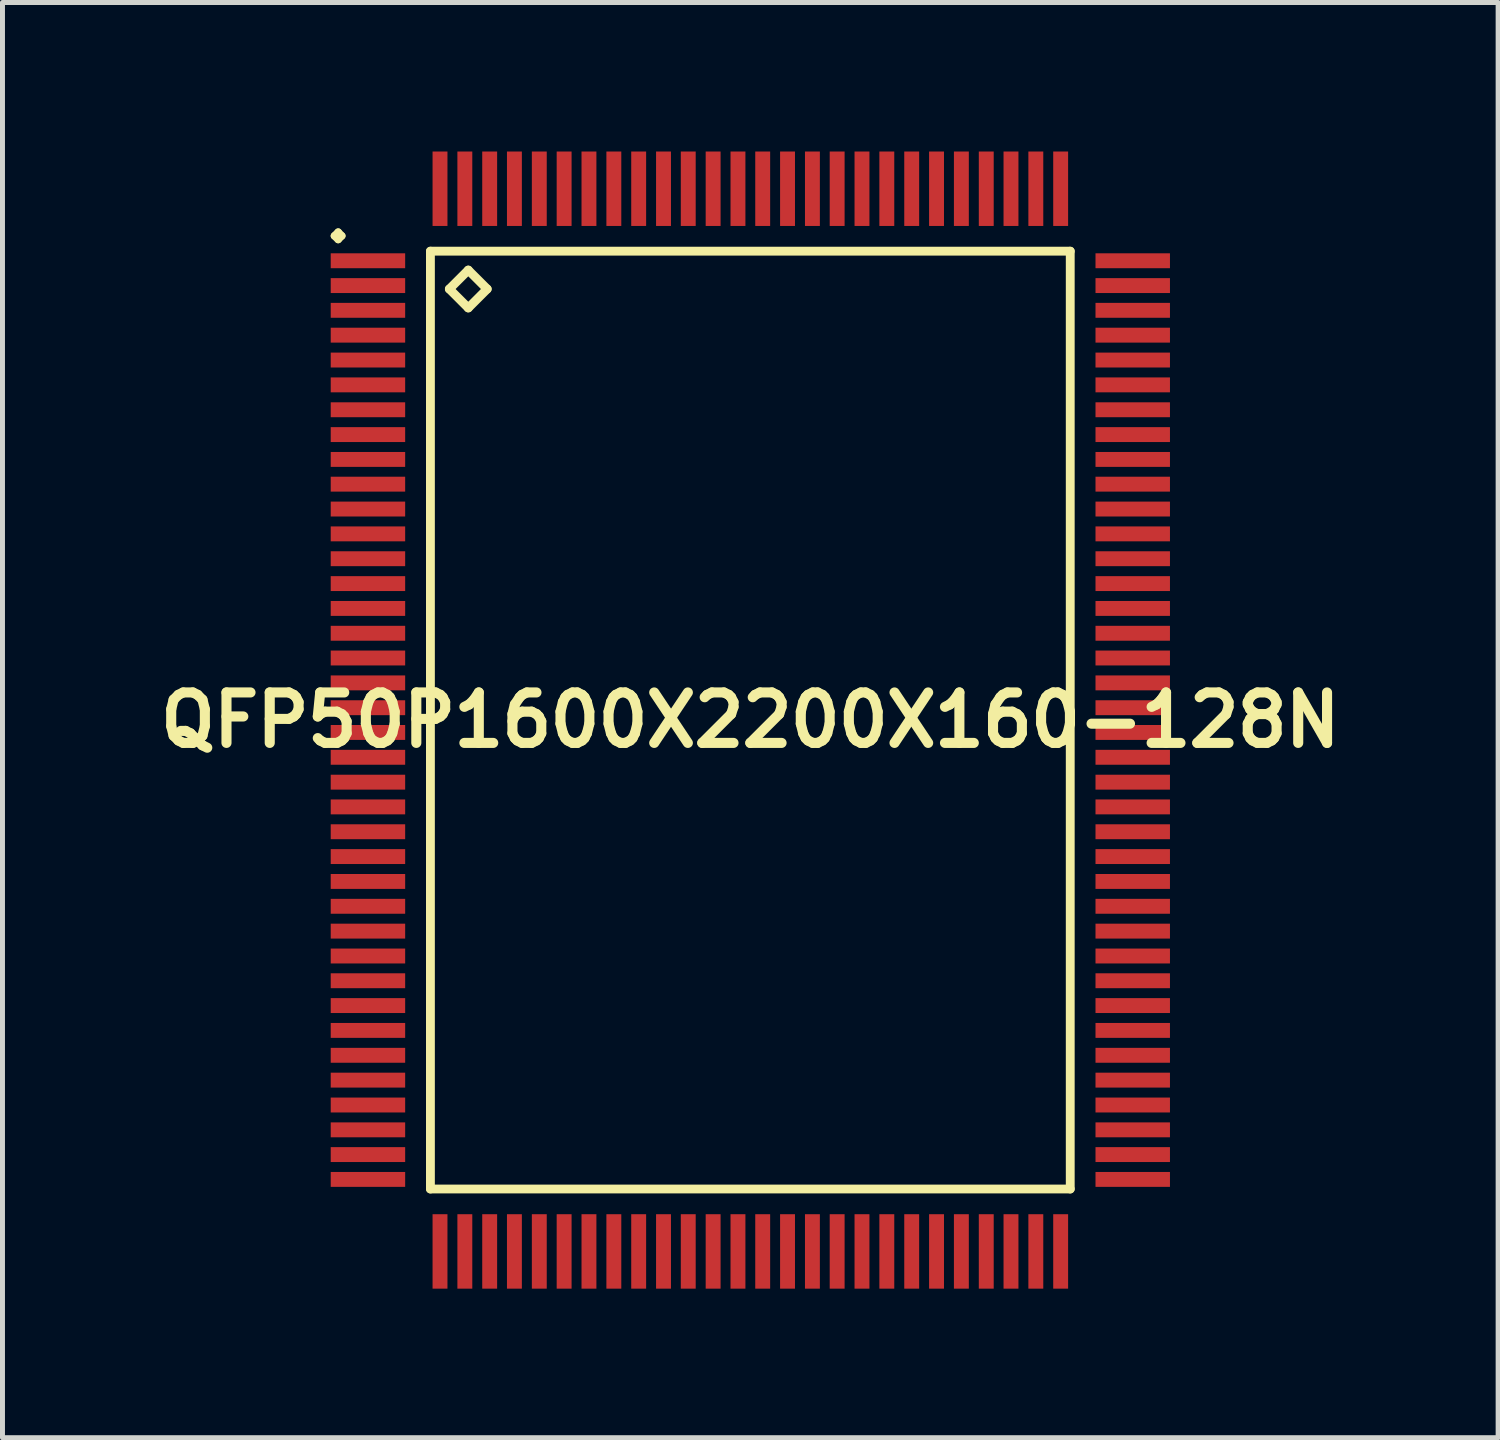
<source format=kicad_pcb>
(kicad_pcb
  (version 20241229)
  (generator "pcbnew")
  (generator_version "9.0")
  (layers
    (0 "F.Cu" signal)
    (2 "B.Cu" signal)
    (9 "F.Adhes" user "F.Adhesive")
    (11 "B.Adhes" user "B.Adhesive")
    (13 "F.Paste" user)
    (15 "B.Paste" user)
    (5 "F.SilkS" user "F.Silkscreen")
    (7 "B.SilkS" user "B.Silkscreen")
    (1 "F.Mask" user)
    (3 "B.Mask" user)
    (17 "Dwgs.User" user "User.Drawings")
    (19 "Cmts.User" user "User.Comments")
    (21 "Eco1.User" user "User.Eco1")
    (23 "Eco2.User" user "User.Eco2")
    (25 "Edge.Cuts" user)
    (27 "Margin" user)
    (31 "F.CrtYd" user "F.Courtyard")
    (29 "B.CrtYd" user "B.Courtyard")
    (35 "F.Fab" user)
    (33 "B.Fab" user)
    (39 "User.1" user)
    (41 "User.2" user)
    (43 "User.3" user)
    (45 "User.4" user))
  (footprint "QFP50P1600X2200X160-128N"
    (layer "F.Cu")
    (at 12.057 11.448)
    (property "Reference" "QFP50P1600X2200X160-128N" (at 0 0 0) (layer "F.SilkS") (effects (font (size 1.016 1.016) (thickness 0.203))))
    (attr smd)
    (fp_line (start -8.374 -9.749) (end -8.298 -9.825) (stroke (width 0.15) (type solid)) (layer "F.SilkS"))
    (fp_line (start -8.298 -9.825) (end -8.225 -9.749) (stroke (width 0.15) (type solid)) (layer "F.SilkS"))
    (fp_line (start -8.298 -9.675) (end -8.374 -9.749) (stroke (width 0.15) (type solid)) (layer "F.SilkS"))
    (fp_line (start -8.225 -9.749) (end -8.298 -9.675) (stroke (width 0.15) (type solid)) (layer "F.SilkS"))
    (fp_line (start -6.441 -9.441) (end -6.441 9.441) (stroke (width 0.178) (type solid)) (layer "F.SilkS"))
    (fp_line (start -6.441 9.441) (end 6.441 9.441) (stroke (width 0.178) (type solid)) (layer "F.SilkS"))
    (fp_line (start -6.06 -8.679) (end -5.679 -9.06) (stroke (width 0.178) (type solid)) (layer "F.SilkS"))
    (fp_line (start -5.679 -9.06) (end -5.298 -8.679) (stroke (width 0.178) (type solid)) (layer "F.SilkS"))
    (fp_line (start -5.679 -8.298) (end -6.06 -8.679) (stroke (width 0.178) (type solid)) (layer "F.SilkS"))
    (fp_line (start -5.298 -8.679) (end -5.679 -8.298) (stroke (width 0.178) (type solid)) (layer "F.SilkS"))
    (fp_line (start 6.441 -9.441) (end -6.441 -9.441) (stroke (width 0.178) (type solid)) (layer "F.SilkS"))
    (fp_line (start 6.441 9.441) (end 6.441 -9.441) (stroke (width 0.178) (type solid)) (layer "F.SilkS"))
    (pad "1" smd rect (at -7.699 -9.248) (size 1.499 0.3) (layers "F.Cu" "F.Mask" "F.Paste"))
    (pad "2" smd rect (at -7.699 -8.748) (size 1.499 0.3) (layers "F.Cu" "F.Mask" "F.Paste"))
    (pad "3" smd rect (at -7.699 -8.25) (size 1.499 0.3) (layers "F.Cu" "F.Mask" "F.Paste"))
    (pad "4" smd rect (at -7.699 -7.75) (size 1.499 0.3) (layers "F.Cu" "F.Mask" "F.Paste"))
    (pad "5" smd rect (at -7.699 -7.249) (size 1.499 0.3) (layers "F.Cu" "F.Mask" "F.Paste"))
    (pad "6" smd rect (at -7.699 -6.749) (size 1.499 0.3) (layers "F.Cu" "F.Mask" "F.Paste"))
    (pad "7" smd rect (at -7.699 -6.248) (size 1.499 0.3) (layers "F.Cu" "F.Mask" "F.Paste"))
    (pad "8" smd rect (at -7.699 -5.748) (size 1.499 0.3) (layers "F.Cu" "F.Mask" "F.Paste"))
    (pad "9" smd rect (at -7.699 -5.248) (size 1.499 0.3) (layers "F.Cu" "F.Mask" "F.Paste"))
    (pad "10" smd rect (at -7.699 -4.75) (size 1.499 0.3) (layers "F.Cu" "F.Mask" "F.Paste"))
    (pad "11" smd rect (at -7.699 -4.249) (size 1.499 0.3) (layers "F.Cu" "F.Mask" "F.Paste"))
    (pad "12" smd rect (at -7.699 -3.749) (size 1.499 0.3) (layers "F.Cu" "F.Mask" "F.Paste"))
    (pad "13" smd rect (at -7.699 -3.249) (size 1.499 0.3) (layers "F.Cu" "F.Mask" "F.Paste"))
    (pad "14" smd rect (at -7.699 -2.748) (size 1.499 0.3) (layers "F.Cu" "F.Mask" "F.Paste"))
    (pad "15" smd rect (at -7.699 -2.248) (size 1.499 0.3) (layers "F.Cu" "F.Mask" "F.Paste"))
    (pad "16" smd rect (at -7.699 -1.748) (size 1.499 0.3) (layers "F.Cu" "F.Mask" "F.Paste"))
    (pad "17" smd rect (at -7.699 -1.25) (size 1.499 0.3) (layers "F.Cu" "F.Mask" "F.Paste"))
    (pad "18" smd rect (at -7.699 -0.749) (size 1.499 0.3) (layers "F.Cu" "F.Mask" "F.Paste"))
    (pad "19" smd rect (at -7.699 -0.249) (size 1.499 0.3) (layers "F.Cu" "F.Mask" "F.Paste"))
    (pad "20" smd rect (at -7.699 0.249) (size 1.499 0.3) (layers "F.Cu" "F.Mask" "F.Paste"))
    (pad "21" smd rect (at -7.699 0.749) (size 1.499 0.3) (layers "F.Cu" "F.Mask" "F.Paste"))
    (pad "22" smd rect (at -7.699 1.25) (size 1.499 0.3) (layers "F.Cu" "F.Mask" "F.Paste"))
    (pad "23" smd rect (at -7.699 1.748) (size 1.499 0.3) (layers "F.Cu" "F.Mask" "F.Paste"))
    (pad "24" smd rect (at -7.699 2.248) (size 1.499 0.3) (layers "F.Cu" "F.Mask" "F.Paste"))
    (pad "25" smd rect (at -7.699 2.748) (size 1.499 0.3) (layers "F.Cu" "F.Mask" "F.Paste"))
    (pad "26" smd rect (at -7.699 3.249) (size 1.499 0.3) (layers "F.Cu" "F.Mask" "F.Paste"))
    (pad "27" smd rect (at -7.699 3.749) (size 1.499 0.3) (layers "F.Cu" "F.Mask" "F.Paste"))
    (pad "28" smd rect (at -7.699 4.249) (size 1.499 0.3) (layers "F.Cu" "F.Mask" "F.Paste"))
    (pad "29" smd rect (at -7.699 4.75) (size 1.499 0.3) (layers "F.Cu" "F.Mask" "F.Paste"))
    (pad "30" smd rect (at -7.699 5.248) (size 1.499 0.3) (layers "F.Cu" "F.Mask" "F.Paste"))
    (pad "31" smd rect (at -7.699 5.748) (size 1.499 0.3) (layers "F.Cu" "F.Mask" "F.Paste"))
    (pad "32" smd rect (at -7.699 6.248) (size 1.499 0.3) (layers "F.Cu" "F.Mask" "F.Paste"))
    (pad "33" smd rect (at -7.699 6.749) (size 1.499 0.3) (layers "F.Cu" "F.Mask" "F.Paste"))
    (pad "34" smd rect (at -7.699 7.249) (size 1.499 0.3) (layers "F.Cu" "F.Mask" "F.Paste"))
    (pad "35" smd rect (at -7.699 7.75) (size 1.499 0.3) (layers "F.Cu" "F.Mask" "F.Paste"))
    (pad "36" smd rect (at -7.699 8.25) (size 1.499 0.3) (layers "F.Cu" "F.Mask" "F.Paste"))
    (pad "37" smd rect (at -7.699 8.748) (size 1.499 0.3) (layers "F.Cu" "F.Mask" "F.Paste"))
    (pad "38" smd rect (at -7.699 9.248) (size 1.499 0.3) (layers "F.Cu" "F.Mask" "F.Paste"))
    (pad "39" smd rect (at -6.248 10.698) (size 0.3 1.499) (layers "F.Cu" "F.Mask" "F.Paste"))
    (pad "40" smd rect (at -5.748 10.698) (size 0.3 1.499) (layers "F.Cu" "F.Mask" "F.Paste"))
    (pad "41" smd rect (at -5.248 10.698) (size 0.3 1.499) (layers "F.Cu" "F.Mask" "F.Paste"))
    (pad "42" smd rect (at -4.75 10.698) (size 0.3 1.499) (layers "F.Cu" "F.Mask" "F.Paste"))
    (pad "43" smd rect (at -4.249 10.698) (size 0.3 1.499) (layers "F.Cu" "F.Mask" "F.Paste"))
    (pad "44" smd rect (at -3.749 10.698) (size 0.3 1.499) (layers "F.Cu" "F.Mask" "F.Paste"))
    (pad "45" smd rect (at -3.249 10.698) (size 0.3 1.499) (layers "F.Cu" "F.Mask" "F.Paste"))
    (pad "46" smd rect (at -2.748 10.698) (size 0.3 1.499) (layers "F.Cu" "F.Mask" "F.Paste"))
    (pad "47" smd rect (at -2.248 10.698) (size 0.3 1.499) (layers "F.Cu" "F.Mask" "F.Paste"))
    (pad "48" smd rect (at -1.748 10.698) (size 0.3 1.499) (layers "F.Cu" "F.Mask" "F.Paste"))
    (pad "49" smd rect (at -1.25 10.698) (size 0.3 1.499) (layers "F.Cu" "F.Mask" "F.Paste"))
    (pad "50" smd rect (at -0.749 10.698) (size 0.3 1.499) (layers "F.Cu" "F.Mask" "F.Paste"))
    (pad "51" smd rect (at -0.249 10.698) (size 0.3 1.499) (layers "F.Cu" "F.Mask" "F.Paste"))
    (pad "52" smd rect (at 0.249 10.698) (size 0.3 1.499) (layers "F.Cu" "F.Mask" "F.Paste"))
    (pad "53" smd rect (at 0.749 10.698) (size 0.3 1.499) (layers "F.Cu" "F.Mask" "F.Paste"))
    (pad "54" smd rect (at 1.25 10.698) (size 0.3 1.499) (layers "F.Cu" "F.Mask" "F.Paste"))
    (pad "55" smd rect (at 1.748 10.698) (size 0.3 1.499) (layers "F.Cu" "F.Mask" "F.Paste"))
    (pad "56" smd rect (at 2.248 10.698) (size 0.3 1.499) (layers "F.Cu" "F.Mask" "F.Paste"))
    (pad "57" smd rect (at 2.748 10.698) (size 0.3 1.499) (layers "F.Cu" "F.Mask" "F.Paste"))
    (pad "58" smd rect (at 3.249 10.698) (size 0.3 1.499) (layers "F.Cu" "F.Mask" "F.Paste"))
    (pad "59" smd rect (at 3.749 10.698) (size 0.3 1.499) (layers "F.Cu" "F.Mask" "F.Paste"))
    (pad "60" smd rect (at 4.249 10.698) (size 0.3 1.499) (layers "F.Cu" "F.Mask" "F.Paste"))
    (pad "61" smd rect (at 4.75 10.698) (size 0.3 1.499) (layers "F.Cu" "F.Mask" "F.Paste"))
    (pad "62" smd rect (at 5.248 10.698) (size 0.3 1.499) (layers "F.Cu" "F.Mask" "F.Paste"))
    (pad "63" smd rect (at 5.748 10.698) (size 0.3 1.499) (layers "F.Cu" "F.Mask" "F.Paste"))
    (pad "64" smd rect (at 6.248 10.698) (size 0.3 1.499) (layers "F.Cu" "F.Mask" "F.Paste"))
    (pad "65" smd rect (at 7.699 9.248) (size 1.499 0.3) (layers "F.Cu" "F.Mask" "F.Paste"))
    (pad "66" smd rect (at 7.699 8.748) (size 1.499 0.3) (layers "F.Cu" "F.Mask" "F.Paste"))
    (pad "67" smd rect (at 7.699 8.25) (size 1.499 0.3) (layers "F.Cu" "F.Mask" "F.Paste"))
    (pad "68" smd rect (at 7.699 7.75) (size 1.499 0.3) (layers "F.Cu" "F.Mask" "F.Paste"))
    (pad "69" smd rect (at 7.699 7.249) (size 1.499 0.3) (layers "F.Cu" "F.Mask" "F.Paste"))
    (pad "70" smd rect (at 7.699 6.749) (size 1.499 0.3) (layers "F.Cu" "F.Mask" "F.Paste"))
    (pad "71" smd rect (at 7.699 6.248) (size 1.499 0.3) (layers "F.Cu" "F.Mask" "F.Paste"))
    (pad "72" smd rect (at 7.699 5.748) (size 1.499 0.3) (layers "F.Cu" "F.Mask" "F.Paste"))
    (pad "73" smd rect (at 7.699 5.248) (size 1.499 0.3) (layers "F.Cu" "F.Mask" "F.Paste"))
    (pad "74" smd rect (at 7.699 4.75) (size 1.499 0.3) (layers "F.Cu" "F.Mask" "F.Paste"))
    (pad "75" smd rect (at 7.699 4.249) (size 1.499 0.3) (layers "F.Cu" "F.Mask" "F.Paste"))
    (pad "76" smd rect (at 7.699 3.749) (size 1.499 0.3) (layers "F.Cu" "F.Mask" "F.Paste"))
    (pad "77" smd rect (at 7.699 3.249) (size 1.499 0.3) (layers "F.Cu" "F.Mask" "F.Paste"))
    (pad "78" smd rect (at 7.699 2.748) (size 1.499 0.3) (layers "F.Cu" "F.Mask" "F.Paste"))
    (pad "79" smd rect (at 7.699 2.248) (size 1.499 0.3) (layers "F.Cu" "F.Mask" "F.Paste"))
    (pad "80" smd rect (at 7.699 1.748) (size 1.499 0.3) (layers "F.Cu" "F.Mask" "F.Paste"))
    (pad "81" smd rect (at 7.699 1.25) (size 1.499 0.3) (layers "F.Cu" "F.Mask" "F.Paste"))
    (pad "82" smd rect (at 7.699 0.749) (size 1.499 0.3) (layers "F.Cu" "F.Mask" "F.Paste"))
    (pad "83" smd rect (at 7.699 0.249) (size 1.499 0.3) (layers "F.Cu" "F.Mask" "F.Paste"))
    (pad "84" smd rect (at 7.699 -0.249) (size 1.499 0.3) (layers "F.Cu" "F.Mask" "F.Paste"))
    (pad "85" smd rect (at 7.699 -0.749) (size 1.499 0.3) (layers "F.Cu" "F.Mask" "F.Paste"))
    (pad "86" smd rect (at 7.699 -1.25) (size 1.499 0.3) (layers "F.Cu" "F.Mask" "F.Paste"))
    (pad "87" smd rect (at 7.699 -1.748) (size 1.499 0.3) (layers "F.Cu" "F.Mask" "F.Paste"))
    (pad "88" smd rect (at 7.699 -2.248) (size 1.499 0.3) (layers "F.Cu" "F.Mask" "F.Paste"))
    (pad "89" smd rect (at 7.699 -2.748) (size 1.499 0.3) (layers "F.Cu" "F.Mask" "F.Paste"))
    (pad "90" smd rect (at 7.699 -3.249) (size 1.499 0.3) (layers "F.Cu" "F.Mask" "F.Paste"))
    (pad "91" smd rect (at 7.699 -3.749) (size 1.499 0.3) (layers "F.Cu" "F.Mask" "F.Paste"))
    (pad "92" smd rect (at 7.699 -4.249) (size 1.499 0.3) (layers "F.Cu" "F.Mask" "F.Paste"))
    (pad "93" smd rect (at 7.699 -4.75) (size 1.499 0.3) (layers "F.Cu" "F.Mask" "F.Paste"))
    (pad "94" smd rect (at 7.699 -5.248) (size 1.499 0.3) (layers "F.Cu" "F.Mask" "F.Paste"))
    (pad "95" smd rect (at 7.699 -5.748) (size 1.499 0.3) (layers "F.Cu" "F.Mask" "F.Paste"))
    (pad "96" smd rect (at 7.699 -6.248) (size 1.499 0.3) (layers "F.Cu" "F.Mask" "F.Paste"))
    (pad "97" smd rect (at 7.699 -6.749) (size 1.499 0.3) (layers "F.Cu" "F.Mask" "F.Paste"))
    (pad "98" smd rect (at 7.699 -7.249) (size 1.499 0.3) (layers "F.Cu" "F.Mask" "F.Paste"))
    (pad "99" smd rect (at 7.699 -7.75) (size 1.499 0.3) (layers "F.Cu" "F.Mask" "F.Paste"))
    (pad "100" smd rect (at 7.699 -8.25) (size 1.499 0.3) (layers "F.Cu" "F.Mask" "F.Paste"))
    (pad "101" smd rect (at 7.699 -8.748) (size 1.499 0.3) (layers "F.Cu" "F.Mask" "F.Paste"))
    (pad "102" smd rect (at 7.699 -9.248) (size 1.499 0.3) (layers "F.Cu" "F.Mask" "F.Paste"))
    (pad "103" smd rect (at 6.248 -10.698) (size 0.3 1.499) (layers "F.Cu" "F.Mask" "F.Paste"))
    (pad "104" smd rect (at 5.748 -10.698) (size 0.3 1.499) (layers "F.Cu" "F.Mask" "F.Paste"))
    (pad "105" smd rect (at 5.248 -10.698) (size 0.3 1.499) (layers "F.Cu" "F.Mask" "F.Paste"))
    (pad "106" smd rect (at 4.75 -10.698) (size 0.3 1.499) (layers "F.Cu" "F.Mask" "F.Paste"))
    (pad "107" smd rect (at 4.249 -10.698) (size 0.3 1.499) (layers "F.Cu" "F.Mask" "F.Paste"))
    (pad "108" smd rect (at 3.749 -10.698) (size 0.3 1.499) (layers "F.Cu" "F.Mask" "F.Paste"))
    (pad "109" smd rect (at 3.249 -10.698) (size 0.3 1.499) (layers "F.Cu" "F.Mask" "F.Paste"))
    (pad "110" smd rect (at 2.748 -10.698) (size 0.3 1.499) (layers "F.Cu" "F.Mask" "F.Paste"))
    (pad "111" smd rect (at 2.248 -10.698) (size 0.3 1.499) (layers "F.Cu" "F.Mask" "F.Paste"))
    (pad "112" smd rect (at 1.748 -10.698) (size 0.3 1.499) (layers "F.Cu" "F.Mask" "F.Paste"))
    (pad "113" smd rect (at 1.25 -10.698) (size 0.3 1.499) (layers "F.Cu" "F.Mask" "F.Paste"))
    (pad "114" smd rect (at 0.749 -10.698) (size 0.3 1.499) (layers "F.Cu" "F.Mask" "F.Paste"))
    (pad "115" smd rect (at 0.249 -10.698) (size 0.3 1.499) (layers "F.Cu" "F.Mask" "F.Paste"))
    (pad "116" smd rect (at -0.249 -10.698) (size 0.3 1.499) (layers "F.Cu" "F.Mask" "F.Paste"))
    (pad "117" smd rect (at -0.749 -10.698) (size 0.3 1.499) (layers "F.Cu" "F.Mask" "F.Paste"))
    (pad "118" smd rect (at -1.25 -10.698) (size 0.3 1.499) (layers "F.Cu" "F.Mask" "F.Paste"))
    (pad "119" smd rect (at -1.748 -10.698) (size 0.3 1.499) (layers "F.Cu" "F.Mask" "F.Paste"))
    (pad "120" smd rect (at -2.248 -10.698) (size 0.3 1.499) (layers "F.Cu" "F.Mask" "F.Paste"))
    (pad "121" smd rect (at -2.748 -10.698) (size 0.3 1.499) (layers "F.Cu" "F.Mask" "F.Paste"))
    (pad "122" smd rect (at -3.249 -10.698) (size 0.3 1.499) (layers "F.Cu" "F.Mask" "F.Paste"))
    (pad "123" smd rect (at -3.749 -10.698) (size 0.3 1.499) (layers "F.Cu" "F.Mask" "F.Paste"))
    (pad "124" smd rect (at -4.249 -10.698) (size 0.3 1.499) (layers "F.Cu" "F.Mask" "F.Paste"))
    (pad "125" smd rect (at -4.75 -10.698) (size 0.3 1.499) (layers "F.Cu" "F.Mask" "F.Paste"))
    (pad "126" smd rect (at -5.248 -10.698) (size 0.3 1.499) (layers "F.Cu" "F.Mask" "F.Paste"))
    (pad "127" smd rect (at -5.748 -10.698) (size 0.3 1.499) (layers "F.Cu" "F.Mask" "F.Paste"))
    (pad "128" smd rect (at -6.248 -10.698) (size 0.3 1.499) (layers "F.Cu" "F.Mask" "F.Paste")))
  (gr_rect
    (start -3 -3)
    (end 27.113 25.896)
    (stroke (width 0.1) (type default))
    (fill no)
    (layer "Edge.Cuts")))
</source>
